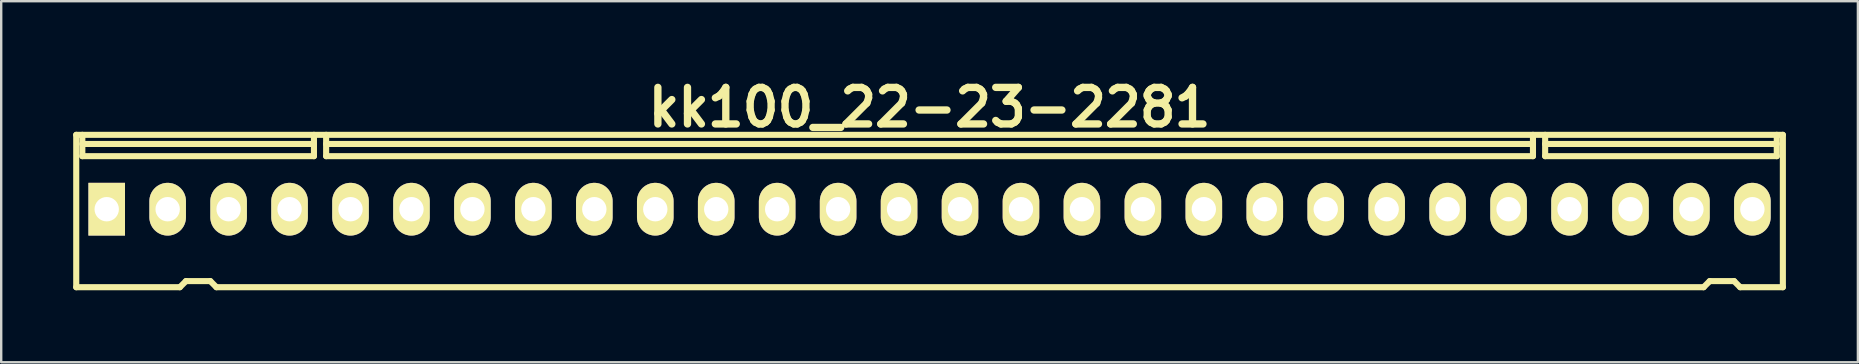
<source format=kicad_pcb>
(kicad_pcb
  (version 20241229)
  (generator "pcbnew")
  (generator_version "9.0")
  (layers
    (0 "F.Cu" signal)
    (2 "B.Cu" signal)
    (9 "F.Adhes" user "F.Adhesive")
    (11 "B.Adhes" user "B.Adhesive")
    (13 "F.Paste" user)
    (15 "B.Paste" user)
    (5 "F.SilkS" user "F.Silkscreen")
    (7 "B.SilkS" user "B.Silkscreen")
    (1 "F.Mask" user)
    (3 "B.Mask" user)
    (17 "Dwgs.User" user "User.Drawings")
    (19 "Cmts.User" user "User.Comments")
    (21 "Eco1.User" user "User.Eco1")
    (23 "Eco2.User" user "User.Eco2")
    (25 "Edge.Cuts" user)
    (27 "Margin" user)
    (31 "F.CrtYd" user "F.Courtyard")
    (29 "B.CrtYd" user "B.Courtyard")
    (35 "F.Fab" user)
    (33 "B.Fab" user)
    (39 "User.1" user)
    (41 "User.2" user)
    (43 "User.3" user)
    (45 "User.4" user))
  (footprint "kk100_22-23-2281"
    (layer "F.Cu")
    (at 35.687 5.744)
    (property "Reference" "kk100_22-23-2281" (at 0 -4.318 0) (layer "F.SilkS") (effects (font (size 1.524 1.524) (thickness 0.305))))
    (attr through_hole)
    (fp_line (start -35.56 -3.175) (end 35.56 -3.175) (stroke (width 0.254) (type solid)) (layer "F.SilkS"))
    (fp_line (start -35.56 3.175) (end -35.56 -3.175) (stroke (width 0.254) (type solid)) (layer "F.SilkS"))
    (fp_line (start -35.306 -2.286) (end -35.306 -3.175) (stroke (width 0.254) (type solid)) (layer "F.SilkS"))
    (fp_line (start -31.242 3.175) (end -35.56 3.175) (stroke (width 0.254) (type solid)) (layer "F.SilkS"))
    (fp_line (start -30.988 2.921) (end -31.242 3.175) (stroke (width 0.254) (type solid)) (layer "F.SilkS"))
    (fp_line (start -30.988 2.921) (end -29.972 2.921) (stroke (width 0.254) (type solid)) (layer "F.SilkS"))
    (fp_line (start -29.972 2.921) (end -29.718 3.175) (stroke (width 0.254) (type solid)) (layer "F.SilkS"))
    (fp_line (start -25.654 -2.794) (end -35.306 -2.794) (stroke (width 0.254) (type solid)) (layer "F.SilkS"))
    (fp_line (start -25.654 -2.286) (end -35.306 -2.286) (stroke (width 0.254) (type solid)) (layer "F.SilkS"))
    (fp_line (start -25.654 -2.286) (end -25.654 -3.175) (stroke (width 0.254) (type solid)) (layer "F.SilkS"))
    (fp_line (start -25.146 -2.794) (end 25.146 -2.794) (stroke (width 0.254) (type solid)) (layer "F.SilkS"))
    (fp_line (start -25.146 -2.286) (end -25.146 -3.175) (stroke (width 0.254) (type solid)) (layer "F.SilkS"))
    (fp_line (start 25.146 -2.286) (end -25.146 -2.286) (stroke (width 0.254) (type solid)) (layer "F.SilkS"))
    (fp_line (start 25.146 -2.286) (end 25.146 -3.175) (stroke (width 0.254) (type solid)) (layer "F.SilkS"))
    (fp_line (start 25.654 -2.794) (end 35.306 -2.794) (stroke (width 0.254) (type solid)) (layer "F.SilkS"))
    (fp_line (start 25.654 -2.286) (end 25.654 -3.175) (stroke (width 0.254) (type solid)) (layer "F.SilkS"))
    (fp_line (start 25.654 -2.286) (end 35.306 -2.286) (stroke (width 0.254) (type solid)) (layer "F.SilkS"))
    (fp_line (start 32.258 3.175) (end -29.718 3.175) (stroke (width 0.254) (type solid)) (layer "F.SilkS"))
    (fp_line (start 32.512 2.921) (end 32.258 3.175) (stroke (width 0.254) (type solid)) (layer "F.SilkS"))
    (fp_line (start 32.512 2.921) (end 33.528 2.921) (stroke (width 0.254) (type solid)) (layer "F.SilkS"))
    (fp_line (start 33.528 2.921) (end 33.782 3.175) (stroke (width 0.254) (type solid)) (layer "F.SilkS"))
    (fp_line (start 33.782 3.175) (end 35.56 3.175) (stroke (width 0.254) (type solid)) (layer "F.SilkS"))
    (fp_line (start 35.306 -2.286) (end 35.306 -3.175) (stroke (width 0.254) (type solid)) (layer "F.SilkS"))
    (fp_line (start 35.56 -3.175) (end 35.56 3.175) (stroke (width 0.254) (type solid)) (layer "F.SilkS"))
    (pad "1" thru_hole rect (at -34.29 -0.076) (size 1.524 2.197) (drill 1.016) (layers "*.Cu" "*.Mask" "F.SilkS"))
    (pad "2" thru_hole oval (at -31.75 -0.076) (size 1.524 2.197) (drill 1.016) (layers "*.Cu" "*.Mask" "F.SilkS"))
    (pad "3" thru_hole oval (at -29.21 -0.076) (size 1.524 2.197) (drill 1.016) (layers "*.Cu" "*.Mask" "F.SilkS"))
    (pad "4" thru_hole oval (at -26.67 -0.076) (size 1.524 2.197) (drill 1.016) (layers "*.Cu" "*.Mask" "F.SilkS"))
    (pad "5" thru_hole oval (at -24.13 -0.076) (size 1.524 2.197) (drill 1.016) (layers "*.Cu" "*.Mask" "F.SilkS"))
    (pad "6" thru_hole oval (at -21.59 -0.076) (size 1.524 2.197) (drill 1.016) (layers "*.Cu" "*.Mask" "F.SilkS"))
    (pad "7" thru_hole oval (at -19.05 -0.076) (size 1.524 2.197) (drill 1.016) (layers "*.Cu" "*.Mask" "F.SilkS"))
    (pad "8" thru_hole oval (at -16.51 -0.076) (size 1.524 2.197) (drill 1.016) (layers "*.Cu" "*.Mask" "F.SilkS"))
    (pad "9" thru_hole oval (at -13.97 -0.076) (size 1.524 2.197) (drill 1.016) (layers "*.Cu" "*.Mask" "F.SilkS"))
    (pad "10" thru_hole oval (at -11.43 -0.076) (size 1.524 2.197) (drill 1.016) (layers "*.Cu" "*.Mask" "F.SilkS"))
    (pad "11" thru_hole oval (at -8.89 -0.076) (size 1.524 2.197) (drill 1.016) (layers "*.Cu" "*.Mask" "F.SilkS"))
    (pad "12" thru_hole oval (at -6.35 -0.076) (size 1.524 2.197) (drill 1.016) (layers "*.Cu" "*.Mask" "F.SilkS"))
    (pad "13" thru_hole oval (at -3.81 -0.076) (size 1.524 2.197) (drill 1.016) (layers "*.Cu" "*.Mask" "F.SilkS"))
    (pad "14" thru_hole oval (at -1.27 -0.076) (size 1.524 2.197) (drill 1.016) (layers "*.Cu" "*.Mask" "F.SilkS"))
    (pad "15" thru_hole oval (at 1.27 -0.076) (size 1.524 2.197) (drill 1.016) (layers "*.Cu" "*.Mask" "F.SilkS"))
    (pad "16" thru_hole oval (at 3.81 -0.076) (size 1.524 2.197) (drill 1.016) (layers "*.Cu" "*.Mask" "F.SilkS"))
    (pad "17" thru_hole oval (at 6.35 -0.076) (size 1.524 2.197) (drill 1.016) (layers "*.Cu" "*.Mask" "F.SilkS"))
    (pad "18" thru_hole oval (at 8.89 -0.076) (size 1.524 2.197) (drill 1.016) (layers "*.Cu" "*.Mask" "F.SilkS"))
    (pad "19" thru_hole oval (at 11.43 -0.076) (size 1.524 2.197) (drill 1.016) (layers "*.Cu" "*.Mask" "F.SilkS"))
    (pad "20" thru_hole oval (at 13.97 -0.076) (size 1.524 2.197) (drill 1.016) (layers "*.Cu" "*.Mask" "F.SilkS"))
    (pad "21" thru_hole oval (at 16.51 -0.076) (size 1.524 2.197) (drill 1.016) (layers "*.Cu" "*.Mask" "F.SilkS"))
    (pad "22" thru_hole oval (at 19.05 -0.076) (size 1.524 2.197) (drill 1.016) (layers "*.Cu" "*.Mask" "F.SilkS"))
    (pad "23" thru_hole oval (at 21.59 -0.076) (size 1.524 2.197) (drill 1.016) (layers "*.Cu" "*.Mask" "F.SilkS"))
    (pad "24" thru_hole oval (at 24.13 -0.076) (size 1.524 2.197) (drill 1.016) (layers "*.Cu" "*.Mask" "F.SilkS"))
    (pad "25" thru_hole oval (at 26.67 -0.076) (size 1.524 2.197) (drill 1.016) (layers "*.Cu" "*.Mask" "F.SilkS"))
    (pad "26" thru_hole oval (at 29.21 -0.076) (size 1.524 2.197) (drill 1.016) (layers "*.Cu" "*.Mask" "F.SilkS"))
    (pad "27" thru_hole oval (at 31.75 -0.076) (size 1.524 2.197) (drill 1.016) (layers "*.Cu" "*.Mask" "F.SilkS"))
    (pad "28" thru_hole oval (at 34.29 -0.076) (size 1.524 2.197) (drill 1.016) (layers "*.Cu" "*.Mask" "F.SilkS")))
  (gr_rect
    (start -3 -3)
    (end 74.374 12.046)
    (stroke (width 0.1) (type default))
    (fill no)
    (layer "Edge.Cuts")))
</source>
